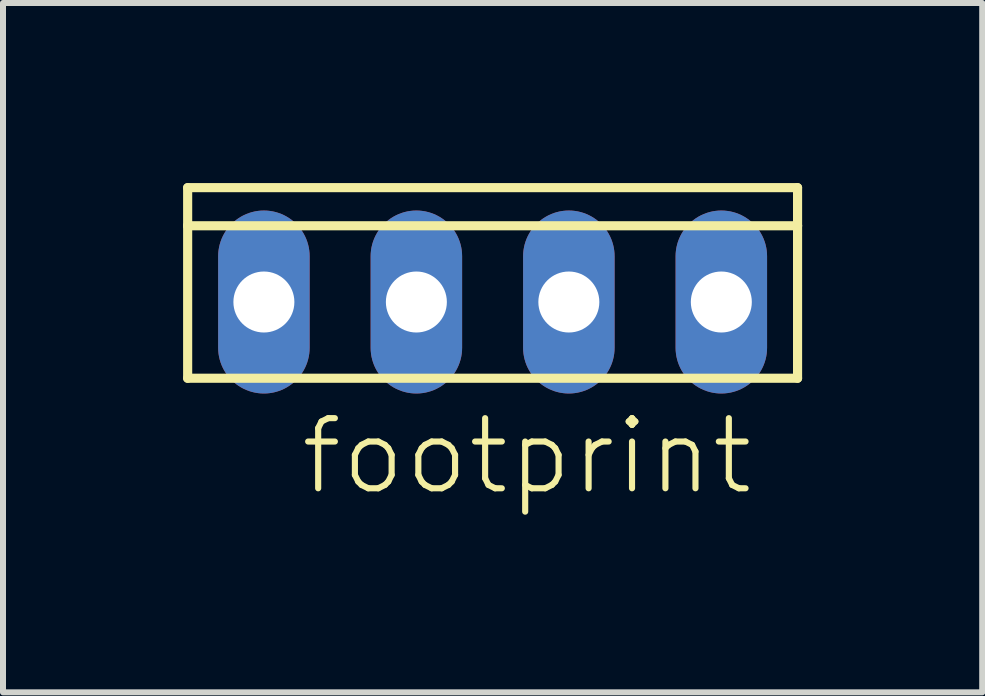
<source format=kicad_pcb>
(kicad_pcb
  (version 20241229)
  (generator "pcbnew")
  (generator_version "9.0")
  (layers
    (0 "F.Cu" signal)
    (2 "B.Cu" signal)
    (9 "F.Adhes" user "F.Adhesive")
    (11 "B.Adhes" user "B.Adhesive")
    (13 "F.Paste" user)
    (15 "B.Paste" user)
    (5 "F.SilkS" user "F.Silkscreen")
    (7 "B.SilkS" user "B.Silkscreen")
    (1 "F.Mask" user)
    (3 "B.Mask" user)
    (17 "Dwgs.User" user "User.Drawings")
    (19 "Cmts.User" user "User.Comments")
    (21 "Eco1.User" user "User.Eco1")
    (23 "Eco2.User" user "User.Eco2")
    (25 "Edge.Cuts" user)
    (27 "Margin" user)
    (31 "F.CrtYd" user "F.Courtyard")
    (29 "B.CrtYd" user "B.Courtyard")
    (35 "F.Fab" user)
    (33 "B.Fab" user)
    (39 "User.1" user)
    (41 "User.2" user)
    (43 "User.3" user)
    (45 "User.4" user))
  (footprint "footprint"
    (layer "F.Cu")
    (at 5.156 1.981)
    (property "Reference" "footprint" (at -3.251 3.251 0) (layer "F.SilkS") (effects (font (size 1.168 1.168) (thickness 0.102)) (justify left bottom)))
    (fp_line (start -5.08 -1.27) (end -5.08 -1.905) (stroke (width 0.152) (type solid)) (layer "F.SilkS"))
    (fp_line (start -5.08 1.27) (end -5.08 -1.27) (stroke (width 0.152) (type solid)) (layer "F.SilkS"))
    (fp_line (start -5.08 1.27) (end 5.08 1.27) (stroke (width 0.152) (type solid)) (layer "F.SilkS"))
    (fp_line (start 5.08 -1.905) (end -5.08 -1.905) (stroke (width 0.152) (type solid)) (layer "F.SilkS"))
    (fp_line (start 5.08 -1.905) (end 5.08 -1.27) (stroke (width 0.152) (type solid)) (layer "F.SilkS"))
    (fp_line (start 5.08 -1.27) (end -5.08 -1.27) (stroke (width 0.152) (type solid)) (layer "F.SilkS"))
    (fp_line (start 5.08 -1.27) (end 5.08 1.27) (stroke (width 0.152) (type solid)) (layer "F.SilkS"))
    (fp_poly (pts (xy -4.064 0.254) (xy -3.556 0.254) (xy -3.556 -0.254) (xy -4.064 -0.254)) (stroke (width 0) (type solid)) (fill yes) (layer "F.SilkS"))
    (fp_poly (pts (xy -1.524 0.254) (xy -1.016 0.254) (xy -1.016 -0.254) (xy -1.524 -0.254)) (stroke (width 0) (type solid)) (fill yes) (layer "F.SilkS"))
    (fp_poly (pts (xy 1.016 0.254) (xy 1.524 0.254) (xy 1.524 -0.254) (xy 1.016 -0.254)) (stroke (width 0) (type solid)) (fill yes) (layer "F.SilkS"))
    (fp_poly (pts (xy 3.556 0.254) (xy 4.064 0.254) (xy 4.064 -0.254) (xy 3.556 -0.254)) (stroke (width 0) (type solid)) (fill yes) (layer "F.SilkS"))
    (pad "1" thru_hole oval (at 3.81 0 270) (size 3.048 1.524) (drill 1.016) (layers "*.Cu" "*.Mask"))
    (pad "2" thru_hole oval (at 1.27 0 270) (size 3.048 1.524) (drill 1.016) (layers "*.Cu" "*.Mask"))
    (pad "3" thru_hole oval (at -1.27 0 270) (size 3.048 1.524) (drill 1.016) (layers "*.Cu" "*.Mask"))
    (pad "4" thru_hole oval (at -3.81 0 270) (size 3.048 1.524) (drill 1.016) (layers "*.Cu" "*.Mask")))
  (gr_rect
    (start -3 -3)
    (end 13.312 8.483)
    (stroke (width 0.1) (type default))
    (fill no)
    (layer "Edge.Cuts")))
</source>
